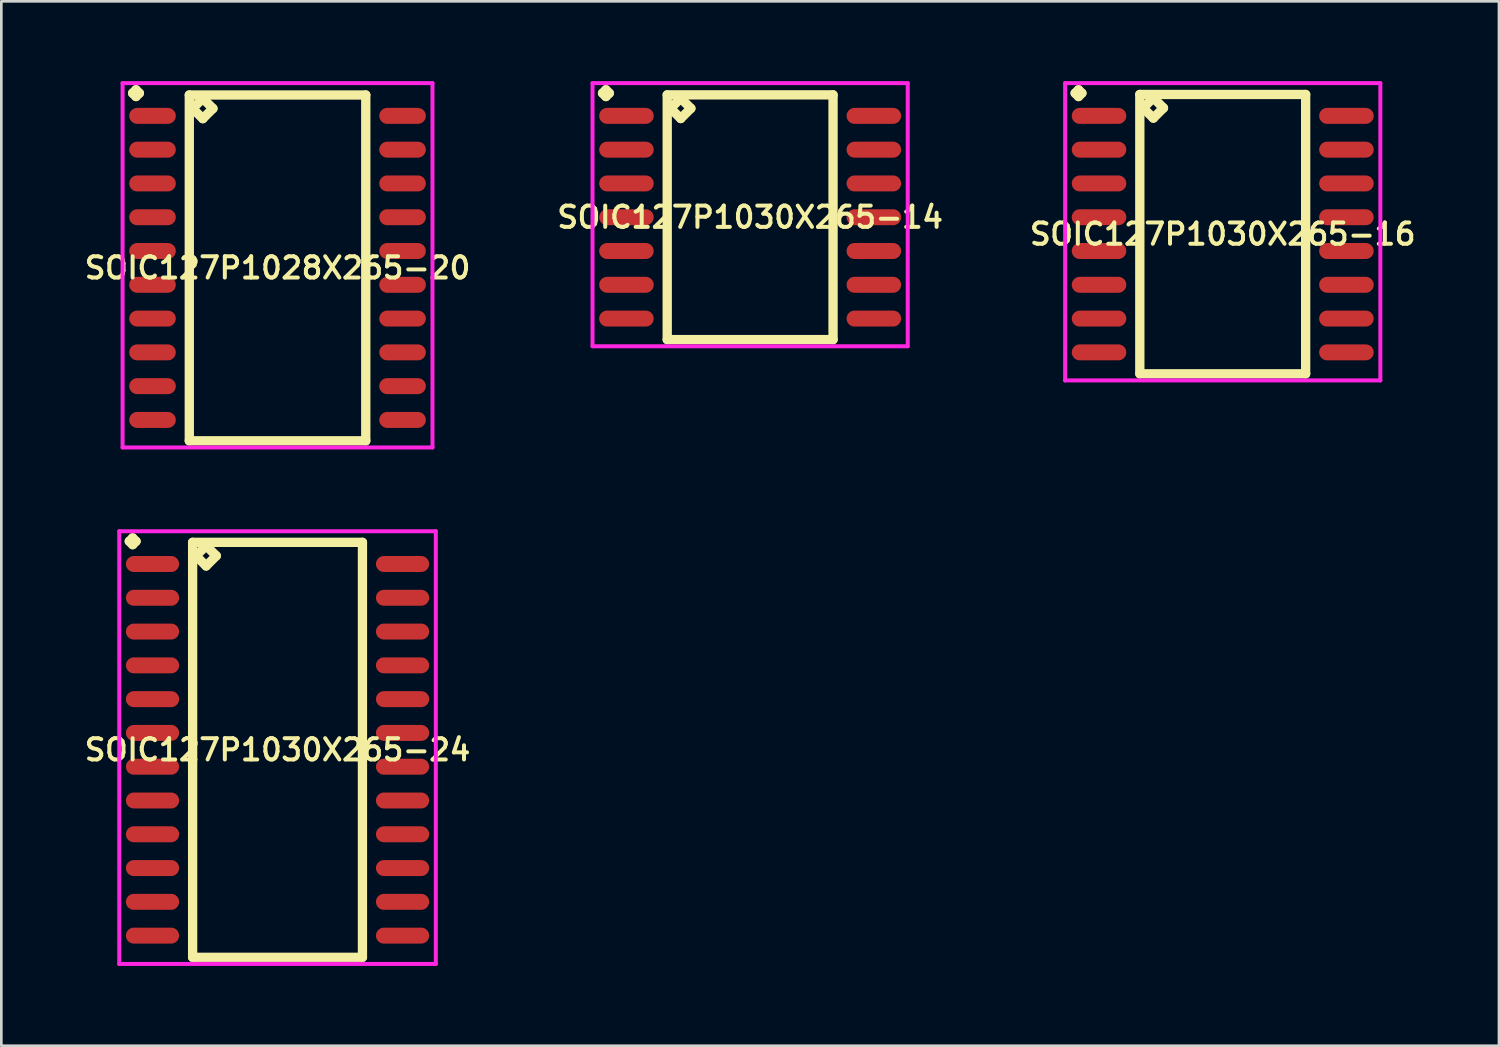
<source format=kicad_pcb>
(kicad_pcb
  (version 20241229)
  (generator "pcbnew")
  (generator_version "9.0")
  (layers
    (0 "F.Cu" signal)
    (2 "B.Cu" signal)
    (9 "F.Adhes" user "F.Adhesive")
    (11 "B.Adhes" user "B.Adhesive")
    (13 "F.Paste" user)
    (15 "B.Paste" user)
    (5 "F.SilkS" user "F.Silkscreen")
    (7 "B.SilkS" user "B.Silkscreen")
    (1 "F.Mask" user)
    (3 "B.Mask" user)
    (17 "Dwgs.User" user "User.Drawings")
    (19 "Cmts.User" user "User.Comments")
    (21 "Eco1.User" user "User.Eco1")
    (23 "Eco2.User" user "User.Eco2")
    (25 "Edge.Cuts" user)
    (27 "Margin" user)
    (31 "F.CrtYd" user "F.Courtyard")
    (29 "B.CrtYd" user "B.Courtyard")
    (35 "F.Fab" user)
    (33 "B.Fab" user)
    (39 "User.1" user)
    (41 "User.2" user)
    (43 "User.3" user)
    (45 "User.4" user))
  (footprint "SOIC127P1030X265-16"
    (layer "F.Cu")
    (at 42.915 5.751)
    (property "Reference" "SOIC127P1030X265-16" (at 0 0 0) (layer "F.SilkS") (effects (font (size 0.8 0.8) (thickness 0.15))))
    (attr smd)
    (fp_line (start -5.548 -5.299) (end -5.421 -5.426) (stroke (width 0.35) (type solid)) (layer "F.SilkS"))
    (fp_line (start -5.421 -5.426) (end -5.294 -5.299) (stroke (width 0.35) (type solid)) (layer "F.SilkS"))
    (fp_line (start -5.421 -5.172) (end -5.548 -5.299) (stroke (width 0.35) (type solid)) (layer "F.SilkS"))
    (fp_line (start -5.294 -5.299) (end -5.421 -5.172) (stroke (width 0.35) (type solid)) (layer "F.SilkS"))
    (fp_line (start -3.117 -5.25) (end -3.117 5.25) (stroke (width 0.35) (type solid)) (layer "F.SilkS"))
    (fp_line (start -3.117 5.25) (end 3.117 5.25) (stroke (width 0.35) (type solid)) (layer "F.SilkS"))
    (fp_line (start -2.99 -4.742) (end -2.609 -5.123) (stroke (width 0.35) (type solid)) (layer "F.SilkS"))
    (fp_line (start -2.609 -5.123) (end -2.228 -4.742) (stroke (width 0.35) (type solid)) (layer "F.SilkS"))
    (fp_line (start -2.609 -4.361) (end -2.99 -4.742) (stroke (width 0.35) (type solid)) (layer "F.SilkS"))
    (fp_line (start -2.228 -4.742) (end -2.609 -4.361) (stroke (width 0.35) (type solid)) (layer "F.SilkS"))
    (fp_line (start 3.117 -5.25) (end -3.117 -5.25) (stroke (width 0.35) (type solid)) (layer "F.SilkS"))
    (fp_line (start 3.117 5.25) (end 3.117 -5.25) (stroke (width 0.35) (type solid)) (layer "F.SilkS"))
    (fp_line (start -5.925 -5.676) (end 5.925 -5.676) (stroke (width 0.15) (type solid)) (layer "F.CrtYd"))
    (fp_line (start -5.925 5.5) (end -5.925 -5.676) (stroke (width 0.15) (type solid)) (layer "F.CrtYd"))
    (fp_line (start 5.925 -5.676) (end 5.925 5.5) (stroke (width 0.15) (type solid)) (layer "F.CrtYd"))
    (fp_line (start 5.925 5.5) (end -5.925 5.5) (stroke (width 0.15) (type solid)) (layer "F.CrtYd"))
    (pad "1" smd oval (at -4.65 -4.445) (size 2.05 0.6) (layers "F.Cu" "F.Mask" "F.Paste"))
    (pad "2" smd oval (at -4.65 -3.175) (size 2.05 0.6) (layers "F.Cu" "F.Mask" "F.Paste"))
    (pad "3" smd oval (at -4.65 -1.905) (size 2.05 0.6) (layers "F.Cu" "F.Mask" "F.Paste"))
    (pad "4" smd oval (at -4.65 -0.635) (size 2.05 0.6) (layers "F.Cu" "F.Mask" "F.Paste"))
    (pad "5" smd oval (at -4.65 0.635) (size 2.05 0.6) (layers "F.Cu" "F.Mask" "F.Paste"))
    (pad "6" smd oval (at -4.65 1.905) (size 2.05 0.6) (layers "F.Cu" "F.Mask" "F.Paste"))
    (pad "7" smd oval (at -4.65 3.175) (size 2.05 0.6) (layers "F.Cu" "F.Mask" "F.Paste"))
    (pad "8" smd oval (at -4.65 4.445) (size 2.05 0.6) (layers "F.Cu" "F.Mask" "F.Paste"))
    (pad "9" smd oval (at 4.65 4.445) (size 2.05 0.6) (layers "F.Cu" "F.Mask" "F.Paste"))
    (pad "10" smd oval (at 4.65 3.175) (size 2.05 0.6) (layers "F.Cu" "F.Mask" "F.Paste"))
    (pad "11" smd oval (at 4.65 1.905) (size 2.05 0.6) (layers "F.Cu" "F.Mask" "F.Paste"))
    (pad "12" smd oval (at 4.65 0.635) (size 2.05 0.6) (layers "F.Cu" "F.Mask" "F.Paste"))
    (pad "13" smd oval (at 4.65 -0.635) (size 2.05 0.6) (layers "F.Cu" "F.Mask" "F.Paste"))
    (pad "14" smd oval (at 4.65 -1.905) (size 2.05 0.6) (layers "F.Cu" "F.Mask" "F.Paste"))
    (pad "15" smd oval (at 4.65 -3.175) (size 2.05 0.6) (layers "F.Cu" "F.Mask" "F.Paste"))
    (pad "16" smd oval (at 4.65 -4.445) (size 2.05 0.6) (layers "F.Cu" "F.Mask" "F.Paste")))
  (footprint "SOIC127P1028X265-20"
    (layer "F.Cu")
    (at 7.383 7.021)
    (property "Reference" "SOIC127P1028X265-20" (at 0 0 0) (layer "F.SilkS") (effects (font (size 0.8 0.8) (thickness 0.15))))
    (attr smd)
    (fp_line (start -5.448 -6.569) (end -5.321 -6.696) (stroke (width 0.35) (type solid)) (layer "F.SilkS"))
    (fp_line (start -5.321 -6.696) (end -5.194 -6.569) (stroke (width 0.35) (type solid)) (layer "F.SilkS"))
    (fp_line (start -5.321 -6.442) (end -5.448 -6.569) (stroke (width 0.35) (type solid)) (layer "F.SilkS"))
    (fp_line (start -5.194 -6.569) (end -5.321 -6.442) (stroke (width 0.35) (type solid)) (layer "F.SilkS"))
    (fp_line (start -3.317 -6.5) (end -3.317 6.5) (stroke (width 0.35) (type solid)) (layer "F.SilkS"))
    (fp_line (start -3.317 6.5) (end 3.317 6.5) (stroke (width 0.35) (type solid)) (layer "F.SilkS"))
    (fp_line (start -3.19 -5.992) (end -2.809 -6.373) (stroke (width 0.35) (type solid)) (layer "F.SilkS"))
    (fp_line (start -2.809 -6.373) (end -2.428 -5.992) (stroke (width 0.35) (type solid)) (layer "F.SilkS"))
    (fp_line (start -2.809 -5.611) (end -3.19 -5.992) (stroke (width 0.35) (type solid)) (layer "F.SilkS"))
    (fp_line (start -2.428 -5.992) (end -2.809 -5.611) (stroke (width 0.35) (type solid)) (layer "F.SilkS"))
    (fp_line (start 3.317 -6.5) (end -3.317 -6.5) (stroke (width 0.35) (type solid)) (layer "F.SilkS"))
    (fp_line (start 3.317 6.5) (end 3.317 -6.5) (stroke (width 0.35) (type solid)) (layer "F.SilkS"))
    (fp_line (start -5.825 -6.946) (end 5.825 -6.946) (stroke (width 0.15) (type solid)) (layer "F.CrtYd"))
    (fp_line (start -5.825 6.75) (end -5.825 -6.946) (stroke (width 0.15) (type solid)) (layer "F.CrtYd"))
    (fp_line (start 5.825 -6.946) (end 5.825 6.75) (stroke (width 0.15) (type solid)) (layer "F.CrtYd"))
    (fp_line (start 5.825 6.75) (end -5.825 6.75) (stroke (width 0.15) (type solid)) (layer "F.CrtYd"))
    (pad "1" smd oval (at -4.7 -5.715) (size 1.75 0.6) (layers "F.Cu" "F.Mask" "F.Paste"))
    (pad "2" smd oval (at -4.7 -4.445) (size 1.75 0.6) (layers "F.Cu" "F.Mask" "F.Paste"))
    (pad "3" smd oval (at -4.7 -3.175) (size 1.75 0.6) (layers "F.Cu" "F.Mask" "F.Paste"))
    (pad "4" smd oval (at -4.7 -1.905) (size 1.75 0.6) (layers "F.Cu" "F.Mask" "F.Paste"))
    (pad "5" smd oval (at -4.7 -0.635) (size 1.75 0.6) (layers "F.Cu" "F.Mask" "F.Paste"))
    (pad "6" smd oval (at -4.7 0.635) (size 1.75 0.6) (layers "F.Cu" "F.Mask" "F.Paste"))
    (pad "7" smd oval (at -4.7 1.905) (size 1.75 0.6) (layers "F.Cu" "F.Mask" "F.Paste"))
    (pad "8" smd oval (at -4.7 3.175) (size 1.75 0.6) (layers "F.Cu" "F.Mask" "F.Paste"))
    (pad "9" smd oval (at -4.7 4.445) (size 1.75 0.6) (layers "F.Cu" "F.Mask" "F.Paste"))
    (pad "10" smd oval (at -4.7 5.715) (size 1.75 0.6) (layers "F.Cu" "F.Mask" "F.Paste"))
    (pad "11" smd oval (at 4.7 5.715) (size 1.75 0.6) (layers "F.Cu" "F.Mask" "F.Paste"))
    (pad "12" smd oval (at 4.7 4.445) (size 1.75 0.6) (layers "F.Cu" "F.Mask" "F.Paste"))
    (pad "13" smd oval (at 4.7 3.175) (size 1.75 0.6) (layers "F.Cu" "F.Mask" "F.Paste"))
    (pad "14" smd oval (at 4.7 1.905) (size 1.75 0.6) (layers "F.Cu" "F.Mask" "F.Paste"))
    (pad "15" smd oval (at 4.7 0.635) (size 1.75 0.6) (layers "F.Cu" "F.Mask" "F.Paste"))
    (pad "16" smd oval (at 4.7 -0.635) (size 1.75 0.6) (layers "F.Cu" "F.Mask" "F.Paste"))
    (pad "17" smd oval (at 4.7 -1.905) (size 1.75 0.6) (layers "F.Cu" "F.Mask" "F.Paste"))
    (pad "18" smd oval (at 4.7 -3.175) (size 1.75 0.6) (layers "F.Cu" "F.Mask" "F.Paste"))
    (pad "19" smd oval (at 4.7 -4.445) (size 1.75 0.6) (layers "F.Cu" "F.Mask" "F.Paste"))
    (pad "20" smd oval (at 4.7 -5.715) (size 1.75 0.6) (layers "F.Cu" "F.Mask" "F.Paste")))
  (footprint "SOIC127P1030X265-24"
    (layer "F.Cu")
    (at 7.383 25.137)
    (property "Reference" "SOIC127P1030X265-24" (at 0 0 0) (layer "F.SilkS") (effects (font (size 0.8 0.8) (thickness 0.15))))
    (attr smd)
    (fp_line (start -5.573 -7.839) (end -5.446 -7.966) (stroke (width 0.35) (type solid)) (layer "F.SilkS"))
    (fp_line (start -5.446 -7.966) (end -5.319 -7.839) (stroke (width 0.35) (type solid)) (layer "F.SilkS"))
    (fp_line (start -5.446 -7.712) (end -5.573 -7.839) (stroke (width 0.35) (type solid)) (layer "F.SilkS"))
    (fp_line (start -5.319 -7.839) (end -5.446 -7.712) (stroke (width 0.35) (type solid)) (layer "F.SilkS"))
    (fp_line (start -3.192 -7.8) (end -3.192 7.8) (stroke (width 0.35) (type solid)) (layer "F.SilkS"))
    (fp_line (start -3.192 7.8) (end 3.192 7.8) (stroke (width 0.35) (type solid)) (layer "F.SilkS"))
    (fp_line (start -3.065 -7.292) (end -2.684 -7.673) (stroke (width 0.35) (type solid)) (layer "F.SilkS"))
    (fp_line (start -2.684 -7.673) (end -2.303 -7.292) (stroke (width 0.35) (type solid)) (layer "F.SilkS"))
    (fp_line (start -2.684 -6.911) (end -3.065 -7.292) (stroke (width 0.35) (type solid)) (layer "F.SilkS"))
    (fp_line (start -2.303 -7.292) (end -2.684 -6.911) (stroke (width 0.35) (type solid)) (layer "F.SilkS"))
    (fp_line (start 3.192 -7.8) (end -3.192 -7.8) (stroke (width 0.35) (type solid)) (layer "F.SilkS"))
    (fp_line (start 3.192 7.8) (end 3.192 -7.8) (stroke (width 0.35) (type solid)) (layer "F.SilkS"))
    (fp_line (start -5.95 -8.216) (end 5.95 -8.216) (stroke (width 0.15) (type solid)) (layer "F.CrtYd"))
    (fp_line (start -5.95 8.05) (end -5.95 -8.216) (stroke (width 0.15) (type solid)) (layer "F.CrtYd"))
    (fp_line (start 5.95 -8.216) (end 5.95 8.05) (stroke (width 0.15) (type solid)) (layer "F.CrtYd"))
    (fp_line (start 5.95 8.05) (end -5.95 8.05) (stroke (width 0.15) (type solid)) (layer "F.CrtYd"))
    (pad "1" smd oval (at -4.7 -6.985) (size 2 0.6) (layers "F.Cu" "F.Mask" "F.Paste"))
    (pad "2" smd oval (at -4.7 -5.715) (size 2 0.6) (layers "F.Cu" "F.Mask" "F.Paste"))
    (pad "3" smd oval (at -4.7 -4.445) (size 2 0.6) (layers "F.Cu" "F.Mask" "F.Paste"))
    (pad "4" smd oval (at -4.7 -3.175) (size 2 0.6) (layers "F.Cu" "F.Mask" "F.Paste"))
    (pad "5" smd oval (at -4.7 -1.905) (size 2 0.6) (layers "F.Cu" "F.Mask" "F.Paste"))
    (pad "6" smd oval (at -4.7 -0.635) (size 2 0.6) (layers "F.Cu" "F.Mask" "F.Paste"))
    (pad "7" smd oval (at -4.7 0.635) (size 2 0.6) (layers "F.Cu" "F.Mask" "F.Paste"))
    (pad "8" smd oval (at -4.7 1.905) (size 2 0.6) (layers "F.Cu" "F.Mask" "F.Paste"))
    (pad "9" smd oval (at -4.7 3.175) (size 2 0.6) (layers "F.Cu" "F.Mask" "F.Paste"))
    (pad "10" smd oval (at -4.7 4.445) (size 2 0.6) (layers "F.Cu" "F.Mask" "F.Paste"))
    (pad "11" smd oval (at -4.7 5.715) (size 2 0.6) (layers "F.Cu" "F.Mask" "F.Paste"))
    (pad "12" smd oval (at -4.7 6.985) (size 2 0.6) (layers "F.Cu" "F.Mask" "F.Paste"))
    (pad "13" smd oval (at 4.7 6.985) (size 2 0.6) (layers "F.Cu" "F.Mask" "F.Paste"))
    (pad "14" smd oval (at 4.7 5.715) (size 2 0.6) (layers "F.Cu" "F.Mask" "F.Paste"))
    (pad "15" smd oval (at 4.7 4.445) (size 2 0.6) (layers "F.Cu" "F.Mask" "F.Paste"))
    (pad "16" smd oval (at 4.7 3.175) (size 2 0.6) (layers "F.Cu" "F.Mask" "F.Paste"))
    (pad "17" smd oval (at 4.7 1.905) (size 2 0.6) (layers "F.Cu" "F.Mask" "F.Paste"))
    (pad "18" smd oval (at 4.7 0.635) (size 2 0.6) (layers "F.Cu" "F.Mask" "F.Paste"))
    (pad "19" smd oval (at 4.7 -0.635) (size 2 0.6) (layers "F.Cu" "F.Mask" "F.Paste"))
    (pad "20" smd oval (at 4.7 -1.905) (size 2 0.6) (layers "F.Cu" "F.Mask" "F.Paste"))
    (pad "21" smd oval (at 4.7 -3.175) (size 2 0.6) (layers "F.Cu" "F.Mask" "F.Paste"))
    (pad "22" smd oval (at 4.7 -4.445) (size 2 0.6) (layers "F.Cu" "F.Mask" "F.Paste"))
    (pad "23" smd oval (at 4.7 -5.715) (size 2 0.6) (layers "F.Cu" "F.Mask" "F.Paste"))
    (pad "24" smd oval (at 4.7 -6.985) (size 2 0.6) (layers "F.Cu" "F.Mask" "F.Paste")))
  (footprint "SOIC127P1030X265-14"
    (layer "F.Cu")
    (at 25.149 5.116)
    (property "Reference" "SOIC127P1030X265-14" (at 0 0 0) (layer "F.SilkS") (effects (font (size 0.8 0.8) (thickness 0.15))))
    (attr smd)
    (fp_line (start -5.548 -4.664) (end -5.421 -4.791) (stroke (width 0.35) (type solid)) (layer "F.SilkS"))
    (fp_line (start -5.421 -4.791) (end -5.294 -4.664) (stroke (width 0.35) (type solid)) (layer "F.SilkS"))
    (fp_line (start -5.421 -4.537) (end -5.548 -4.664) (stroke (width 0.35) (type solid)) (layer "F.SilkS"))
    (fp_line (start -5.294 -4.664) (end -5.421 -4.537) (stroke (width 0.35) (type solid)) (layer "F.SilkS"))
    (fp_line (start -3.117 -4.6) (end -3.117 4.6) (stroke (width 0.35) (type solid)) (layer "F.SilkS"))
    (fp_line (start -3.117 4.6) (end 3.117 4.6) (stroke (width 0.35) (type solid)) (layer "F.SilkS"))
    (fp_line (start -2.99 -4.092) (end -2.609 -4.473) (stroke (width 0.35) (type solid)) (layer "F.SilkS"))
    (fp_line (start -2.609 -4.473) (end -2.228 -4.092) (stroke (width 0.35) (type solid)) (layer "F.SilkS"))
    (fp_line (start -2.609 -3.711) (end -2.99 -4.092) (stroke (width 0.35) (type solid)) (layer "F.SilkS"))
    (fp_line (start -2.228 -4.092) (end -2.609 -3.711) (stroke (width 0.35) (type solid)) (layer "F.SilkS"))
    (fp_line (start 3.117 -4.6) (end -3.117 -4.6) (stroke (width 0.35) (type solid)) (layer "F.SilkS"))
    (fp_line (start 3.117 4.6) (end 3.117 -4.6) (stroke (width 0.35) (type solid)) (layer "F.SilkS"))
    (fp_line (start -5.925 -5.041) (end 5.925 -5.041) (stroke (width 0.15) (type solid)) (layer "F.CrtYd"))
    (fp_line (start -5.925 4.85) (end -5.925 -5.041) (stroke (width 0.15) (type solid)) (layer "F.CrtYd"))
    (fp_line (start 5.925 -5.041) (end 5.925 4.85) (stroke (width 0.15) (type solid)) (layer "F.CrtYd"))
    (fp_line (start 5.925 4.85) (end -5.925 4.85) (stroke (width 0.15) (type solid)) (layer "F.CrtYd"))
    (pad "1" smd oval (at -4.65 -3.81) (size 2.05 0.6) (layers "F.Cu" "F.Mask" "F.Paste"))
    (pad "2" smd oval (at -4.65 -2.54) (size 2.05 0.6) (layers "F.Cu" "F.Mask" "F.Paste"))
    (pad "3" smd oval (at -4.65 -1.27) (size 2.05 0.6) (layers "F.Cu" "F.Mask" "F.Paste"))
    (pad "4" smd oval (at -4.65 0) (size 2.05 0.6) (layers "F.Cu" "F.Mask" "F.Paste"))
    (pad "5" smd oval (at -4.65 1.27) (size 2.05 0.6) (layers "F.Cu" "F.Mask" "F.Paste"))
    (pad "6" smd oval (at -4.65 2.54) (size 2.05 0.6) (layers "F.Cu" "F.Mask" "F.Paste"))
    (pad "7" smd oval (at -4.65 3.81) (size 2.05 0.6) (layers "F.Cu" "F.Mask" "F.Paste"))
    (pad "8" smd oval (at 4.65 3.81) (size 2.05 0.6) (layers "F.Cu" "F.Mask" "F.Paste"))
    (pad "9" smd oval (at 4.65 2.54) (size 2.05 0.6) (layers "F.Cu" "F.Mask" "F.Paste"))
    (pad "10" smd oval (at 4.65 1.27) (size 2.05 0.6) (layers "F.Cu" "F.Mask" "F.Paste"))
    (pad "11" smd oval (at 4.65 0) (size 2.05 0.6) (layers "F.Cu" "F.Mask" "F.Paste"))
    (pad "12" smd oval (at 4.65 -1.27) (size 2.05 0.6) (layers "F.Cu" "F.Mask" "F.Paste"))
    (pad "13" smd oval (at 4.65 -2.54) (size 2.05 0.6) (layers "F.Cu" "F.Mask" "F.Paste"))
    (pad "14" smd oval (at 4.65 -3.81) (size 2.05 0.6) (layers "F.Cu" "F.Mask" "F.Paste")))
  (gr_rect
    (start -3 -3)
    (end 53.299 36.262)
    (stroke (width 0.1) (type default))
    (fill no)
    (layer "Edge.Cuts")))
</source>
